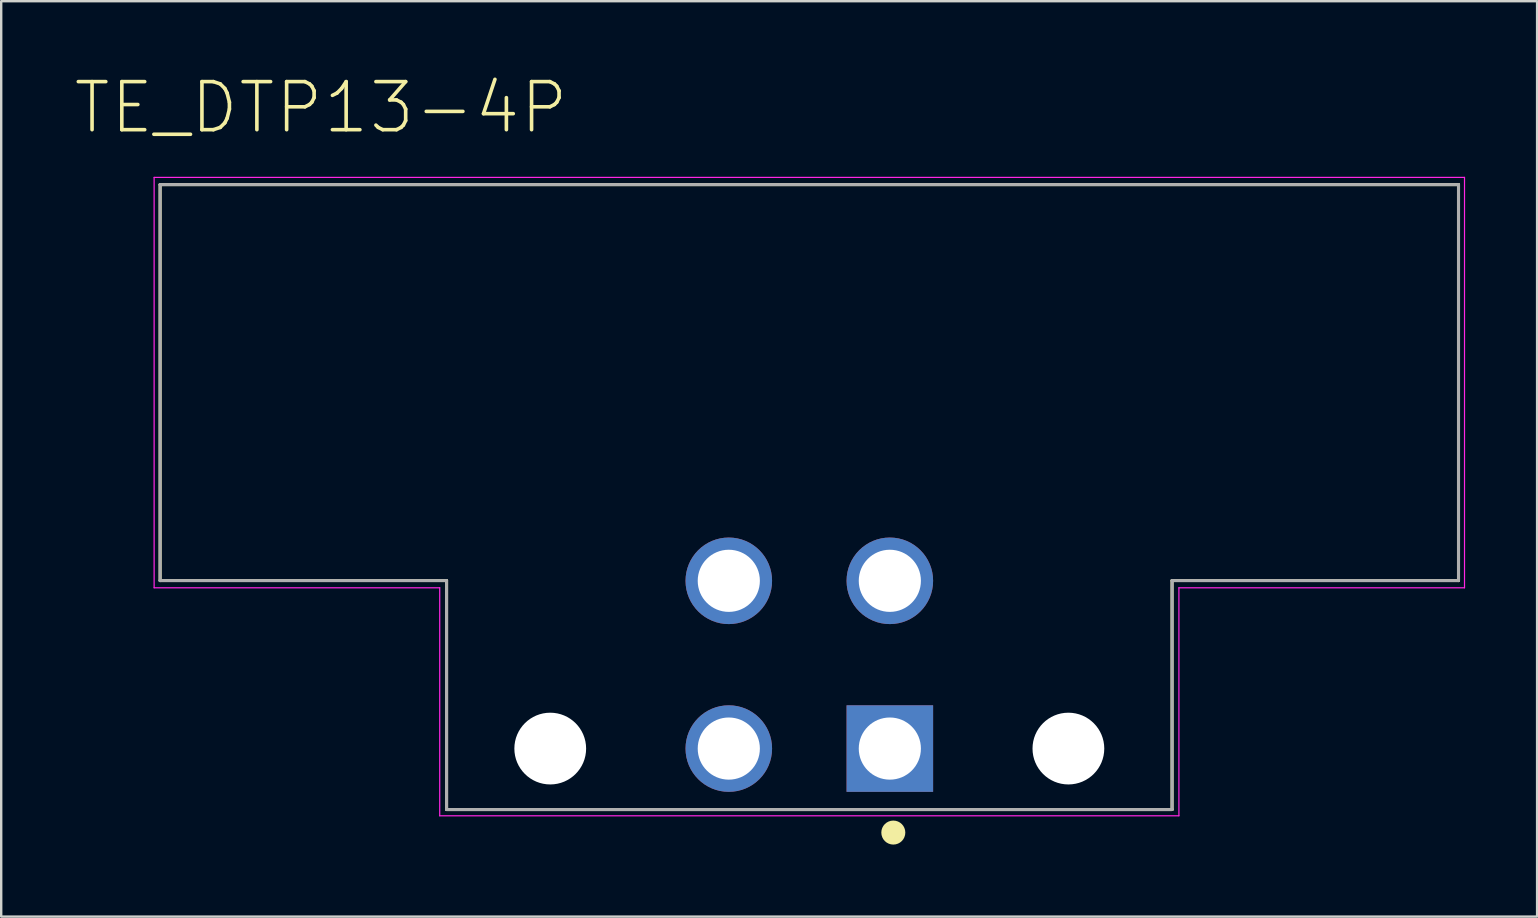
<source format=kicad_pcb>
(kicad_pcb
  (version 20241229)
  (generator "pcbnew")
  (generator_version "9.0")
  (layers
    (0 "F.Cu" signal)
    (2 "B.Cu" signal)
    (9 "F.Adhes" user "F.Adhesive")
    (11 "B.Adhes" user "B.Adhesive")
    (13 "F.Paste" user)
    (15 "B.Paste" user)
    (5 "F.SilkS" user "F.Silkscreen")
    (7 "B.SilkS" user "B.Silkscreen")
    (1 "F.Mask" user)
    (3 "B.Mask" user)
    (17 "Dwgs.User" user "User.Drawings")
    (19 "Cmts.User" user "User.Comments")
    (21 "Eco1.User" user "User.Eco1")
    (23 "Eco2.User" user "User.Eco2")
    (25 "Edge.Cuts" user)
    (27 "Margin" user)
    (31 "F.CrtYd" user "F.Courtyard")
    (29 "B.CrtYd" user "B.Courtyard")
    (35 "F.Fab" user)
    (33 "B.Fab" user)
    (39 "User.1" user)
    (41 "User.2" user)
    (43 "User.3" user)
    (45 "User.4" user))
  (footprint "TE_DTP13-4P"
    (layer "F.Cu")
    (at 30.672 28.141)
    (property "Reference" "TE_DTP13-4P" (at -20.348 -26.706 0) (layer "F.SilkS") (effects (font (size 2.003 2.003) (thickness 0.15))))
    (attr through_hole)
    (fp_line (start -27.05 -23.5) (end 27.05 -23.5) (stroke (width 0.127) (type solid)) (layer "F.SilkS"))
    (fp_line (start -27.05 -7) (end -27.05 -23.5) (stroke (width 0.127) (type solid)) (layer "F.SilkS"))
    (fp_line (start -15.115 -7) (end -27.05 -7) (stroke (width 0.127) (type solid)) (layer "F.SilkS"))
    (fp_line (start -15.115 2.54) (end -15.115 -7) (stroke (width 0.127) (type solid)) (layer "F.SilkS"))
    (fp_line (start 15.115 -7) (end 15.115 2.54) (stroke (width 0.127) (type solid)) (layer "F.SilkS"))
    (fp_line (start 15.115 2.54) (end -15.115 2.54) (stroke (width 0.127) (type solid)) (layer "F.SilkS"))
    (fp_line (start 27.05 -23.5) (end 27.05 -7) (stroke (width 0.127) (type solid)) (layer "F.SilkS"))
    (fp_line (start 27.05 -7) (end 15.115 -7) (stroke (width 0.127) (type solid)) (layer "F.SilkS"))
    (fp_circle (center 3.5 3.5) (end 3.75 3.5) (stroke (width 0.5) (type solid)) (fill no) (layer "F.SilkS"))
    (fp_line (start -27.3 -23.8) (end -27.3 -6.7) (stroke (width 0.05) (type solid)) (layer "F.CrtYd"))
    (fp_line (start -27.3 -6.7) (end -15.4 -6.7) (stroke (width 0.05) (type solid)) (layer "F.CrtYd"))
    (fp_line (start -15.4 -6.7) (end -15.4 2.8) (stroke (width 0.05) (type solid)) (layer "F.CrtYd"))
    (fp_line (start -15.4 2.8) (end 15.4 2.8) (stroke (width 0.05) (type solid)) (layer "F.CrtYd"))
    (fp_line (start 15.4 -6.7) (end 27.3 -6.7) (stroke (width 0.05) (type solid)) (layer "F.CrtYd"))
    (fp_line (start 15.4 2.8) (end 15.4 -6.7) (stroke (width 0.05) (type solid)) (layer "F.CrtYd"))
    (fp_line (start 27.3 -23.8) (end -27.3 -23.8) (stroke (width 0.05) (type solid)) (layer "F.CrtYd"))
    (fp_line (start 27.3 -6.7) (end 27.3 -23.8) (stroke (width 0.05) (type solid)) (layer "F.CrtYd"))
    (fp_line (start -27.05 -23.5) (end 27.05 -23.5) (stroke (width 0.127) (type solid)) (layer "F.Fab"))
    (fp_line (start -27.05 -7) (end -27.05 -23.5) (stroke (width 0.127) (type solid)) (layer "F.Fab"))
    (fp_line (start -15.115 -7) (end -27.05 -7) (stroke (width 0.127) (type solid)) (layer "F.Fab"))
    (fp_line (start -15.115 2.54) (end -15.115 -7) (stroke (width 0.127) (type solid)) (layer "F.Fab"))
    (fp_line (start 15.115 -7) (end 15.115 2.54) (stroke (width 0.127) (type solid)) (layer "F.Fab"))
    (fp_line (start 15.115 2.54) (end -15.115 2.54) (stroke (width 0.127) (type solid)) (layer "F.Fab"))
    (fp_line (start 27.05 -23.5) (end 27.05 -7) (stroke (width 0.127) (type solid)) (layer "F.Fab"))
    (fp_line (start 27.05 -7) (end 15.115 -7) (stroke (width 0.127) (type solid)) (layer "F.Fab"))
    (pad "" np_thru_hole circle (at -10.795 0) (size 2.99 2.99) (drill 2.99) (layers "*.Cu" "*.Mask"))
    (pad "" np_thru_hole circle (at 10.795 0) (size 2.99 2.99) (drill 2.99) (layers "*.Cu" "*.Mask"))
    (pad "1" thru_hole rect (at 3.355 0) (size 3.606 3.606) (drill 2.59) (layers "*.Cu" "*.Mask"))
    (pad "2" thru_hole circle (at -3.355 0) (size 3.606 3.606) (drill 2.59) (layers "*.Cu" "*.Mask"))
    (pad "3" thru_hole circle (at -3.355 -6.99) (size 3.606 3.606) (drill 2.59) (layers "*.Cu" "*.Mask"))
    (pad "4" thru_hole circle (at 3.355 -6.99) (size 3.606 3.606) (drill 2.59) (layers "*.Cu" "*.Mask")))
  (gr_rect
    (start -3 -3)
    (end 60.997 35.141)
    (stroke (width 0.1) (type default))
    (fill no)
    (layer "Edge.Cuts")))
</source>
